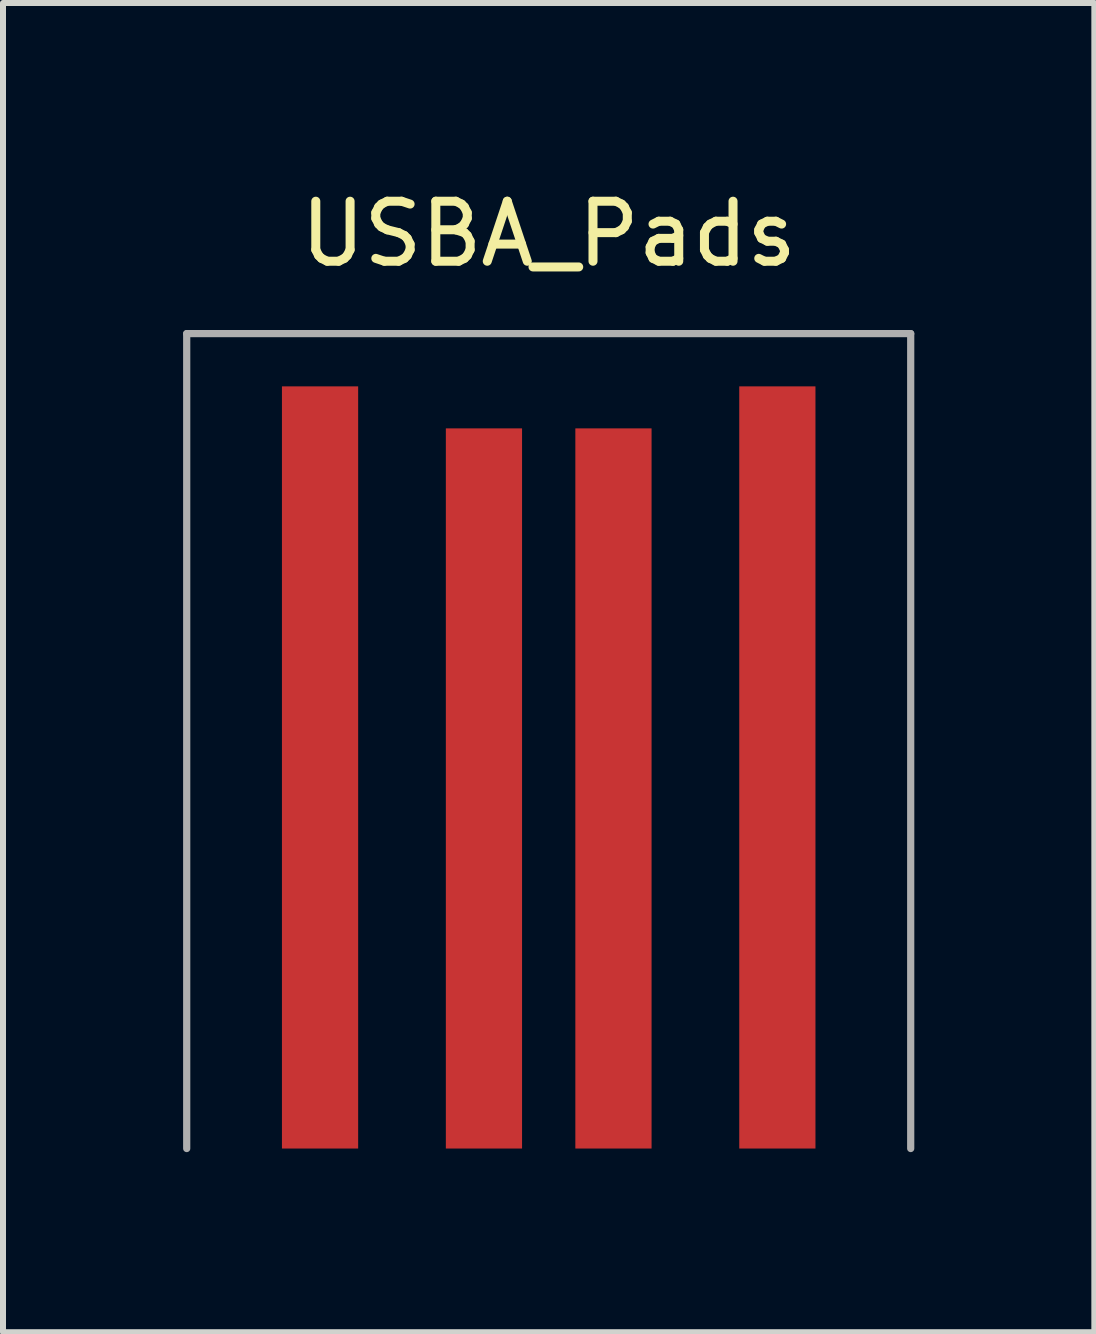
<source format=kicad_pcb>
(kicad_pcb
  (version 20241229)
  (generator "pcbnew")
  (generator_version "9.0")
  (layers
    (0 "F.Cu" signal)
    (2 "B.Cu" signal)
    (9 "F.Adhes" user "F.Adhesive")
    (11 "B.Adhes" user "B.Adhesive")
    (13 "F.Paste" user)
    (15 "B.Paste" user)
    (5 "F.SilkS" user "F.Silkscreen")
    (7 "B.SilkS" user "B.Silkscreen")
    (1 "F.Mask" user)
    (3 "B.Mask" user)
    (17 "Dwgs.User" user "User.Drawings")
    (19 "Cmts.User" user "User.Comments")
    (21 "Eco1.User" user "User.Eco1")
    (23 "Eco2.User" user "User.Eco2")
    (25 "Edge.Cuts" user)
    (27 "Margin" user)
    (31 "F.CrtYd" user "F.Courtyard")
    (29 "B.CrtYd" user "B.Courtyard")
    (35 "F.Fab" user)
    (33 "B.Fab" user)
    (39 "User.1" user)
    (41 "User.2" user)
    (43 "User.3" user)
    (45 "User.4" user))
  (footprint "USBA_Pads"
    (layer "F.Cu")
    (at 6.093 9.738)
    (property "Reference" "USBA_Pads" (at 0 -8.89 0) (layer "F.SilkS") (effects (font (size 1 1) (thickness 0.15))))
    (attr through_hole)
    (fp_line (start -6.032 -7.229) (end -6.032 6.35) (stroke (width 0.12) (type solid)) (layer "F.Fab"))
    (fp_line (start 6.032 -7.229) (end -6.032 -7.229) (stroke (width 0.12) (type solid)) (layer "F.Fab"))
    (fp_line (start 6.032 6.35) (end 6.032 -7.229) (stroke (width 0.12) (type solid)) (layer "F.Fab"))
    (pad "1" smd rect (at -3.81 0) (size 1.27 12.7) (layers "F.Cu" "F.Mask" "F.Paste"))
    (pad "2" smd rect (at 3.81 0) (size 1.27 12.7) (layers "F.Cu" "F.Mask" "F.Paste"))
    (pad "NC" smd rect (at -1.079 0.35) (size 1.27 12) (layers "F.Cu" "F.Mask" "F.Paste"))
    (pad "NC" smd rect (at 1.079 0.35) (size 1.27 12) (layers "F.Cu" "F.Mask" "F.Paste")))
  (gr_rect
    (start -3 -3)
    (end 15.185 19.148)
    (stroke (width 0.1) (type default))
    (fill no)
    (layer "Edge.Cuts")))
</source>
